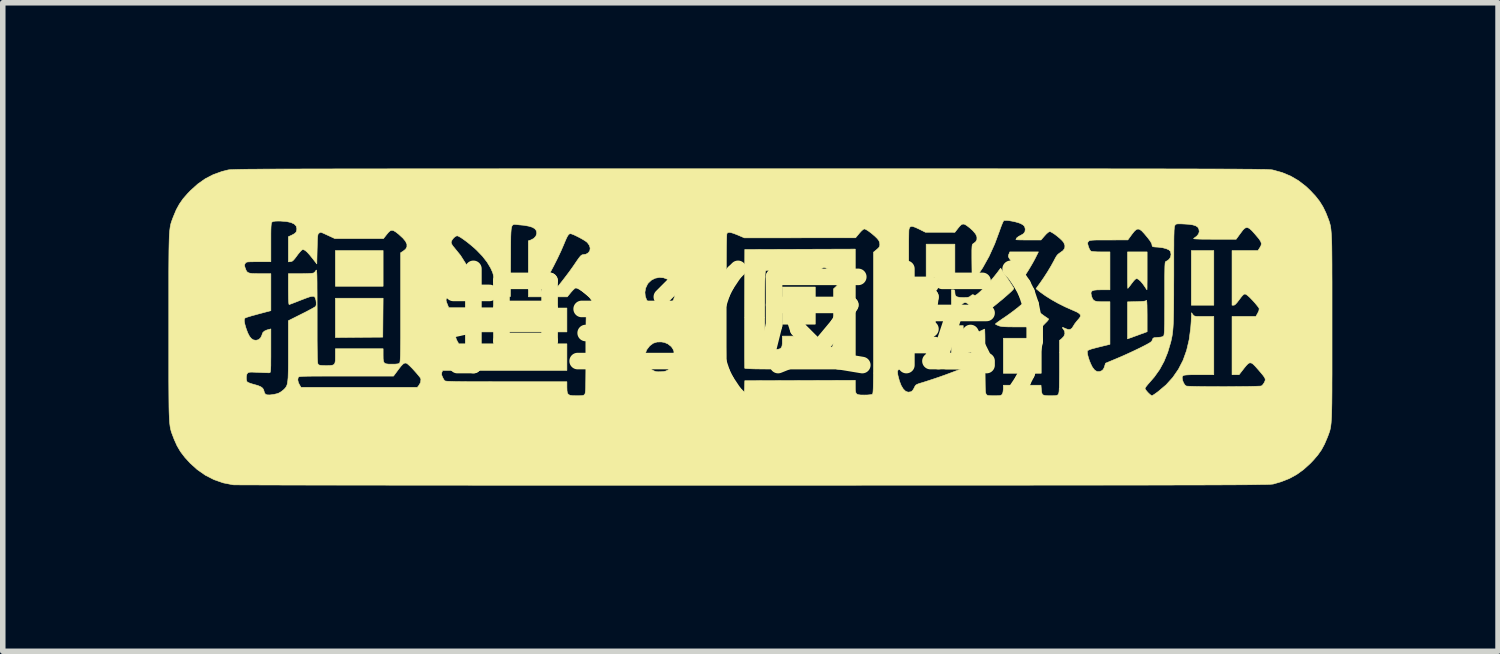
<source format=kicad_pcb>
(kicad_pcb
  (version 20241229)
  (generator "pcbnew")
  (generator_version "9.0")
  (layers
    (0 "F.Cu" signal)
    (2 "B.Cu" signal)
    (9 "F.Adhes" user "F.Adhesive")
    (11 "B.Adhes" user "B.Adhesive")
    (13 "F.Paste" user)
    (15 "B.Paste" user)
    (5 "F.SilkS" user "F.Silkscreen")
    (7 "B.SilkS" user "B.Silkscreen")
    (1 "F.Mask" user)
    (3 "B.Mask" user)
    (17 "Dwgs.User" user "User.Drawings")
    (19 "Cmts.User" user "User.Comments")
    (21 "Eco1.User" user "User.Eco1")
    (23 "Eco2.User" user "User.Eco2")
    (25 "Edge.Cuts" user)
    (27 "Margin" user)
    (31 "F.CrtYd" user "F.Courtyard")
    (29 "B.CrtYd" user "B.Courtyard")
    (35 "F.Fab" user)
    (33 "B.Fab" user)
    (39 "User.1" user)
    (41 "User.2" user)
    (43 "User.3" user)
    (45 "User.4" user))
  (footprint "担当(反転)"
    (layer "F.Cu")
    (at 10.527 2.869)
    (property "Reference" "担当(反転)" (at 0 0 0) (layer "F.SilkS") (effects (font (size 1.524 1.524) (thickness 0.3))))
    (attr through_hole)
    (fp_poly (pts (xy -6.642 -0.737) (xy -7.506 -0.737) (xy -7.506 -1.384) (xy -6.642 -1.384) (xy -6.642 -0.737)) (stroke (width 0.01) (type solid)) (fill yes) (layer "F.SilkS"))
    (fp_poly (pts (xy 1.181 -0.051) (xy 0.584 -0.051) (xy 0.584 -0.724) (xy 1.181 -0.724) (xy 1.181 -0.051)) (stroke (width 0.01) (type solid)) (fill yes) (layer "F.SilkS"))
    (fp_poly (pts (xy 3.708 -0.889) (xy 3.188 -0.889) (xy 3.188 -1.499) (xy 3.708 -1.499) (xy 3.708 -0.889)) (stroke (width 0.01) (type solid)) (fill yes) (layer "F.SilkS"))
    (fp_poly (pts (xy 5.271 0.838) (xy 4.585 0.838) (xy 4.585 0.203) (xy 5.271 0.203) (xy 5.271 0.838)) (stroke (width 0.01) (type solid)) (fill yes) (layer "F.SilkS"))
    (fp_poly (pts (xy 8.395 -0.394) (xy 7.988 -0.394) (xy 7.988 -1.384) (xy 8.395 -1.384) (xy 8.395 -0.394)) (stroke (width 0.01) (type solid)) (fill yes) (layer "F.SilkS"))
    (fp_poly (pts (xy -6.645 -0.168) (xy -6.648 0.184) (xy -7.077 0.187) (xy -7.506 0.191) (xy -7.506 -0.521) (xy -6.642 -0.521) (xy -6.645 -0.168)) (stroke (width 0.01) (type solid)) (fill yes) (layer "F.SilkS"))
    (fp_poly (pts (xy 7.18 -0.477) (xy 7.183 -0.447) (xy 7.186 -0.394) (xy 7.187 -0.317) (xy 7.188 -0.218) (xy 7.188 -0.208) (xy 7.188 0.086) (xy 7.153 0.099) (xy 7.128 0.109) (xy 7.084 0.124) (xy 7.03 0.144) (xy 6.975 0.164) (xy 6.833 0.215) (xy 6.833 -0.455) (xy 6.998 -0.459) (xy 7.07 -0.462) (xy 7.12 -0.465) (xy 7.152 -0.47) (xy 7.17 -0.477) (xy 7.176 -0.483) (xy 7.18 -0.477)) (stroke (width 0.01) (type solid)) (fill yes) (layer "F.SilkS"))
    (fp_poly (pts (xy 5.161 -1.241) (xy 5.137 -1.196) (xy 5.108 -1.144) (xy 5.075 -1.088) (xy 5.042 -1.033) (xy 5.011 -0.984) (xy 4.985 -0.945) (xy 4.967 -0.921) (xy 4.96 -0.914) (xy 4.95 -0.923) (xy 4.928 -0.946) (xy 4.898 -0.978) (xy 4.898 -0.979) (xy 4.862 -1.02) (xy 4.82 -1.071) (xy 4.776 -1.128) (xy 4.735 -1.182) (xy 4.702 -1.228) (xy 4.686 -1.253) (xy 4.676 -1.277) (xy 4.68 -1.304) (xy 4.686 -1.319) (xy 4.702 -1.359) (xy 5.22 -1.359) (xy 5.161 -1.241)) (stroke (width 0.01) (type solid)) (fill yes) (layer "F.SilkS"))
    (fp_poly (pts (xy 7.188 -1.016) (xy 7.188 -0.926) (xy 7.188 -0.844) (xy 7.187 -0.775) (xy 7.187 -0.721) (xy 7.186 -0.686) (xy 7.185 -0.673) (xy 7.185 -0.673) (xy 7.177 -0.683) (xy 7.16 -0.708) (xy 7.148 -0.727) (xy 7.109 -0.782) (xy 7.07 -0.828) (xy 7.034 -0.86) (xy 7.005 -0.876) (xy 6.999 -0.876) (xy 6.977 -0.867) (xy 6.947 -0.837) (xy 6.908 -0.787) (xy 6.878 -0.747) (xy 6.854 -0.717) (xy 6.84 -0.7) (xy 6.838 -0.699) (xy 6.837 -0.711) (xy 6.835 -0.745) (xy 6.834 -0.798) (xy 6.833 -0.866) (xy 6.833 -0.947) (xy 6.833 -1.029) (xy 6.833 -1.359) (xy 7.188 -1.359) (xy 7.188 -1.016)) (stroke (width 0.01) (type solid)) (fill yes) (layer "F.SilkS"))
    (fp_poly (pts (xy 5.096 -0.38) (xy 5.151 -0.333) (xy 5.214 -0.283) (xy 5.277 -0.235) (xy 5.335 -0.193) (xy 5.382 -0.161) (xy 5.397 -0.152) (xy 5.404 -0.143) (xy 5.398 -0.127) (xy 5.377 -0.101) (xy 5.347 -0.071) (xy 5.278 0) (xy 4.915 -0.001) (xy 4.807 -0.001) (xy 4.721 -0.002) (xy 4.654 -0.003) (xy 4.603 -0.005) (xy 4.565 -0.008) (xy 4.536 -0.013) (xy 4.514 -0.018) (xy 4.498 -0.024) (xy 4.465 -0.038) (xy 4.444 -0.05) (xy 4.441 -0.054) (xy 4.45 -0.063) (xy 4.477 -0.084) (xy 4.518 -0.113) (xy 4.568 -0.148) (xy 4.591 -0.163) (xy 4.661 -0.211) (xy 4.737 -0.266) (xy 4.809 -0.321) (xy 4.867 -0.367) (xy 4.99 -0.471) (xy 5.096 -0.38)) (stroke (width 0.01) (type solid)) (fill yes) (layer "F.SilkS"))
    (fp_poly (pts (xy 4.656 -0.887) (xy 4.695 -0.827) (xy 4.729 -0.774) (xy 4.755 -0.733) (xy 4.771 -0.706) (xy 4.775 -0.697) (xy 4.766 -0.682) (xy 4.739 -0.653) (xy 4.697 -0.614) (xy 4.645 -0.568) (xy 4.584 -0.515) (xy 4.517 -0.46) (xy 4.449 -0.404) (xy 4.38 -0.35) (xy 4.316 -0.3) (xy 4.258 -0.257) (xy 4.209 -0.224) (xy 4.178 -0.204) (xy 4.132 -0.179) (xy 4.066 -0.27) (xy 4.011 -0.345) (xy 3.967 -0.398) (xy 3.93 -0.431) (xy 3.897 -0.443) (xy 3.866 -0.435) (xy 3.834 -0.408) (xy 3.797 -0.362) (xy 3.765 -0.314) (xy 3.737 -0.274) (xy 3.716 -0.252) (xy 3.695 -0.242) (xy 3.681 -0.241) (xy 3.645 -0.241) (xy 3.645 -0.673) (xy 3.677 -0.673) (xy 3.697 -0.67) (xy 3.706 -0.657) (xy 3.708 -0.625) (xy 3.708 -0.624) (xy 3.712 -0.585) (xy 3.727 -0.559) (xy 3.756 -0.543) (xy 3.803 -0.535) (xy 3.859 -0.533) (xy 3.913 -0.534) (xy 3.947 -0.538) (xy 3.97 -0.545) (xy 3.988 -0.558) (xy 3.994 -0.563) (xy 4.022 -0.584) (xy 4.041 -0.583) (xy 4.066 -0.573) (xy 4.073 -0.572) (xy 4.094 -0.581) (xy 4.127 -0.606) (xy 4.171 -0.645) (xy 4.221 -0.695) (xy 4.277 -0.751) (xy 4.333 -0.812) (xy 4.388 -0.874) (xy 4.437 -0.934) (xy 4.47 -0.976) (xy 4.536 -1.065) (xy 4.656 -0.887)) (stroke (width 0.01) (type solid)) (fill yes) (layer "F.SilkS"))
    (fp_poly (pts (xy 1.905 0.762) (xy 0.908 0.762) (xy 0.718 0.762) (xy 0.551 0.762) (xy 0.408 0.761) (xy 0.286 0.761) (xy 0.183 0.76) (xy 0.099 0.759) (xy 0.032 0.757) (xy -0.019 0.755) (xy -0.056 0.753) (xy -0.08 0.751) (xy -0.093 0.748) (xy -0.096 0.746) (xy -0.097 0.731) (xy -0.097 0.693) (xy -0.098 0.633) (xy -0.099 0.553) (xy -0.099 0.456) (xy -0.099 0.342) (xy -0.099 0.215) (xy -0.099 0.075) (xy -0.099 -0.075) (xy -0.099 -0.233) (xy -0.099 -0.319) (xy 0.267 -0.319) (xy 0.267 -0.169) (xy 0.267 -0.043) (xy 0.267 0.062) (xy 0.268 0.148) (xy 0.269 0.216) (xy 0.271 0.27) (xy 0.272 0.31) (xy 0.275 0.339) (xy 0.278 0.36) (xy 0.282 0.373) (xy 0.286 0.381) (xy 0.288 0.383) (xy 0.303 0.395) (xy 0.325 0.402) (xy 0.362 0.405) (xy 0.418 0.406) (xy 0.421 0.406) (xy 0.478 0.406) (xy 0.515 0.402) (xy 0.539 0.395) (xy 0.556 0.384) (xy 0.559 0.381) (xy 0.572 0.363) (xy 0.58 0.337) (xy 0.584 0.298) (xy 0.584 0.26) (xy 0.584 0.165) (xy 1.178 0.165) (xy 1.183 0.254) (xy 1.188 0.301) (xy 1.196 0.338) (xy 1.204 0.358) (xy 1.204 0.359) (xy 1.227 0.367) (xy 1.273 0.373) (xy 1.343 0.375) (xy 1.348 0.375) (xy 1.407 0.374) (xy 1.447 0.372) (xy 1.471 0.367) (xy 1.486 0.358) (xy 1.493 0.35) (xy 1.498 0.34) (xy 1.502 0.322) (xy 1.505 0.293) (xy 1.507 0.252) (xy 1.509 0.197) (xy 1.51 0.124) (xy 1.511 0.033) (xy 1.511 -0.081) (xy 1.511 -0.183) (xy 1.511 -0.69) (xy 1.556 -0.731) (xy 1.589 -0.77) (xy 1.602 -0.811) (xy 1.594 -0.855) (xy 1.565 -0.904) (xy 1.514 -0.959) (xy 1.441 -1.021) (xy 1.409 -1.045) (xy 1.369 -1.07) (xy 1.337 -1.078) (xy 1.307 -1.065) (xy 1.273 -1.032) (xy 1.255 -1.01) (xy 1.2 -0.94) (xy 0.881 -0.94) (xy 0.561 -0.94) (xy 0.457 -0.984) (xy 0.392 -1.01) (xy 0.344 -1.024) (xy 0.311 -1.027) (xy 0.288 -1.019) (xy 0.282 -1.013) (xy 0.278 -1.003) (xy 0.275 -0.98) (xy 0.273 -0.941) (xy 0.271 -0.886) (xy 0.269 -0.813) (xy 0.268 -0.721) (xy 0.267 -0.608) (xy 0.267 -0.472) (xy 0.267 -0.319) (xy -0.099 -0.319) (xy -0.099 -0.337) (xy -0.095 -1.403) (xy 1.905 -1.41) (xy 1.905 0.762)) (stroke (width 0.01) (type solid)) (fill yes) (layer "F.SilkS"))
    (fp_poly (pts (xy 0.592 -2.864) (xy 1.153 -2.864) (xy 1.69 -2.864) (xy 2.203 -2.864) (xy 2.693 -2.864) (xy 3.16 -2.864) (xy 3.605 -2.864) (xy 4.028 -2.864) (xy 4.43 -2.864) (xy 4.812 -2.863) (xy 5.174 -2.863) (xy 5.516 -2.863) (xy 5.84 -2.863) (xy 6.145 -2.863) (xy 6.432 -2.863) (xy 6.702 -2.862) (xy 6.955 -2.862) (xy 7.193 -2.862) (xy 7.414 -2.862) (xy 7.621 -2.861) (xy 7.813 -2.861) (xy 7.991 -2.861) (xy 8.155 -2.86) (xy 8.307 -2.86) (xy 8.446 -2.859) (xy 8.573 -2.859) (xy 8.689 -2.858) (xy 8.795 -2.858) (xy 8.89 -2.857) (xy 8.975 -2.856) (xy 9.052 -2.856) (xy 9.12 -2.855) (xy 9.18 -2.854) (xy 9.232 -2.853) (xy 9.277 -2.852) (xy 9.316 -2.852) (xy 9.349 -2.851) (xy 9.377 -2.85) (xy 9.4 -2.848) (xy 9.419 -2.847) (xy 9.434 -2.846) (xy 9.446 -2.845) (xy 9.456 -2.844) (xy 9.463 -2.842) (xy 9.464 -2.842) (xy 9.634 -2.795) (xy 9.787 -2.731) (xy 9.927 -2.649) (xy 10.061 -2.546) (xy 10.141 -2.47) (xy 10.235 -2.37) (xy 10.31 -2.274) (xy 10.371 -2.176) (xy 10.423 -2.069) (xy 10.448 -2.006) (xy 10.46 -1.975) (xy 10.471 -1.946) (xy 10.481 -1.92) (xy 10.489 -1.894) (xy 10.497 -1.867) (xy 10.504 -1.838) (xy 10.51 -1.806) (xy 10.515 -1.768) (xy 10.519 -1.724) (xy 10.523 -1.673) (xy 10.526 -1.612) (xy 10.529 -1.54) (xy 10.531 -1.457) (xy 10.532 -1.361) (xy 10.533 -1.25) (xy 10.534 -1.123) (xy 10.534 -0.978) (xy 10.535 -0.815) (xy 10.535 -0.632) (xy 10.535 -0.427) (xy 10.535 -0.199) (xy 10.535 0) (xy 10.535 0.247) (xy 10.535 0.47) (xy 10.535 0.671) (xy 10.535 0.85) (xy 10.534 1.009) (xy 10.534 1.15) (xy 10.533 1.274) (xy 10.532 1.382) (xy 10.53 1.475) (xy 10.528 1.556) (xy 10.526 1.625) (xy 10.522 1.684) (xy 10.519 1.734) (xy 10.514 1.776) (xy 10.509 1.813) (xy 10.503 1.844) (xy 10.496 1.873) (xy 10.488 1.899) (xy 10.479 1.925) (xy 10.469 1.952) (xy 10.458 1.981) (xy 10.448 2.006) (xy 10.399 2.121) (xy 10.344 2.223) (xy 10.276 2.32) (xy 10.193 2.416) (xy 10.141 2.47) (xy 10.019 2.581) (xy 9.894 2.671) (xy 9.76 2.744) (xy 9.612 2.802) (xy 9.478 2.841) (xy 9.471 2.843) (xy 9.463 2.844) (xy 9.452 2.845) (xy 9.437 2.846) (xy 9.419 2.848) (xy 9.397 2.849) (xy 9.369 2.85) (xy 9.337 2.851) (xy 9.298 2.852) (xy 9.253 2.852) (xy 9.201 2.853) (xy 9.141 2.854) (xy 9.074 2.855) (xy 8.997 2.856) (xy 8.912 2.856) (xy 8.816 2.857) (xy 8.711 2.858) (xy 8.595 2.858) (xy 8.467 2.859) (xy 8.327 2.859) (xy 8.175 2.86) (xy 8.01 2.86) (xy 7.832 2.86) (xy 7.639 2.861) (xy 7.432 2.861) (xy 7.21 2.862) (xy 6.972 2.862) (xy 6.718 2.862) (xy 6.447 2.862) (xy 6.158 2.863) (xy 5.852 2.863) (xy 5.528 2.863) (xy 5.184 2.863) (xy 4.821 2.864) (xy 4.438 2.864) (xy 4.035 2.864) (xy 3.61 2.864) (xy 3.164 2.864) (xy 2.695 2.864) (xy 2.204 2.864) (xy 1.689 2.865) (xy 1.151 2.865) (xy 0.588 2.865) (xy 0.057 2.865) (xy -0.429 2.865) (xy -0.91 2.865) (xy -1.384 2.865) (xy -1.85 2.865) (xy -2.309 2.865) (xy -2.759 2.865) (xy -3.199 2.865) (xy -3.63 2.865) (xy -4.05 2.865) (xy -4.459 2.865) (xy -4.857 2.865) (xy -5.241 2.864) (xy -5.613 2.864) (xy -5.971 2.864) (xy -6.315 2.864) (xy -6.644 2.863) (xy -6.957 2.863) (xy -7.255 2.863) (xy -7.535 2.862) (xy -7.798 2.862) (xy -8.042 2.862) (xy -8.268 2.861) (xy -8.474 2.861) (xy -8.661 2.86) (xy -8.827 2.86) (xy -8.971 2.859) (xy -9.094 2.859) (xy -9.194 2.859) (xy -9.27 2.858) (xy -9.323 2.858) (xy -9.352 2.857) (xy -9.356 2.857) (xy -9.535 2.822) (xy -9.702 2.764) (xy -9.859 2.684) (xy -10.007 2.581) (xy -10.135 2.465) (xy -10.231 2.36) (xy -10.309 2.258) (xy -10.372 2.151) (xy -10.425 2.033) (xy -10.435 2.006) (xy -10.447 1.975) (xy -10.458 1.946) (xy -10.468 1.92) (xy -10.477 1.894) (xy -10.484 1.867) (xy -10.491 1.838) (xy -10.497 1.806) (xy -10.502 1.768) (xy -10.507 1.724) (xy -10.51 1.673) (xy -10.513 1.612) (xy -10.516 1.54) (xy -10.518 1.457) (xy -10.519 1.361) (xy -10.52 1.25) (xy -10.521 1.123) (xy -10.522 0.978) (xy -10.522 0.815) (xy -10.522 0.632) (xy -10.522 0.427) (xy -10.522 0.199) (xy -10.522 0) (xy -10.522 -0.103) (xy -9.155 -0.103) (xy -9.144 -0.048) (xy -9.124 0.021) (xy -9.093 0.106) (xy -9.061 0.168) (xy -9.027 0.21) (xy -8.989 0.234) (xy -8.945 0.241) (xy -8.944 0.241) (xy -8.897 0.23) (xy -8.86 0.197) (xy -8.836 0.149) (xy -8.832 0.134) (xy -8.819 0.101) (xy -8.791 0.075) (xy -8.745 0.054) (xy -8.703 0.043) (xy -8.674 0.035) (xy -8.674 0.429) (xy -8.674 0.54) (xy -8.675 0.629) (xy -8.675 0.697) (xy -8.677 0.747) (xy -8.679 0.783) (xy -8.682 0.806) (xy -8.686 0.82) (xy -8.691 0.826) (xy -8.695 0.828) (xy -8.715 0.829) (xy -8.755 0.828) (xy -8.81 0.826) (xy -8.874 0.823) (xy -8.894 0.822) (xy -8.966 0.819) (xy -9.017 0.817) (xy -9.052 0.818) (xy -9.074 0.822) (xy -9.089 0.829) (xy -9.095 0.834) (xy -9.111 0.861) (xy -9.118 0.902) (xy -9.118 0.947) (xy -9.109 0.984) (xy -9.103 0.993) (xy -9.084 1.005) (xy -9.047 1.02) (xy -8.998 1.035) (xy -8.979 1.04) (xy -8.906 1.061) (xy -8.855 1.083) (xy -8.822 1.108) (xy -8.804 1.138) (xy -8.8 1.154) (xy -8.788 1.194) (xy -8.77 1.218) (xy -8.741 1.229) (xy -8.694 1.23) (xy -8.672 1.228) (xy -8.617 1.22) (xy -8.564 1.208) (xy -8.532 1.197) (xy -8.487 1.171) (xy -8.445 1.138) (xy -8.437 1.13) (xy -8.418 1.111) (xy -8.403 1.092) (xy -8.39 1.07) (xy -8.38 1.044) (xy -8.373 1.012) (xy -8.367 0.969) (xy -8.366 0.956) (xy -8.187 0.956) (xy -8.175 1.008) (xy -8.153 1.051) (xy -8.128 1.092) (xy -6.022 1.092) (xy -5.995 1.058) (xy -5.964 1.004) (xy -5.958 0.949) (xy -5.961 0.935) (xy -5.972 0.915) (xy -5.998 0.882) (xy -6.029 0.845) (xy -5.585 0.845) (xy -5.58 0.874) (xy -5.568 0.903) (xy -5.55 0.94) (xy -5.532 0.967) (xy -5.527 0.973) (xy -5.52 0.976) (xy -5.506 0.979) (xy -5.482 0.982) (xy -5.447 0.984) (xy -5.4 0.985) (xy -5.339 0.987) (xy -5.263 0.988) (xy -5.17 0.989) (xy -5.059 0.99) (xy -4.928 0.99) (xy -4.777 0.99) (xy -4.602 0.991) (xy -4.412 0.991) (xy -3.315 0.991) (xy -3.315 1.092) (xy -3.313 1.153) (xy -3.306 1.195) (xy -3.289 1.221) (xy -3.259 1.236) (xy -3.212 1.243) (xy -3.143 1.245) (xy -3.138 1.245) (xy -3.079 1.244) (xy -3.041 1.242) (xy -3.017 1.237) (xy -3.002 1.229) (xy -2.992 1.216) (xy -2.987 1.208) (xy -2.984 1.195) (xy -2.981 1.174) (xy -2.978 1.145) (xy -2.976 1.104) (xy -2.975 1.051) (xy -2.974 0.983) (xy -2.973 0.898) (xy -2.972 0.795) (xy -2.972 0.671) (xy -2.972 0.559) (xy -1.904 0.559) (xy -1.89 0.632) (xy -1.857 0.699) (xy -1.805 0.755) (xy -1.773 0.776) (xy -1.736 0.796) (xy -1.704 0.807) (xy -1.667 0.811) (xy -1.617 0.81) (xy -1.564 0.806) (xy -1.526 0.798) (xy -1.493 0.782) (xy -1.472 0.768) (xy -1.416 0.715) (xy -1.378 0.649) (xy -1.359 0.576) (xy -1.358 0.501) (xy -1.377 0.429) (xy -1.417 0.366) (xy -1.43 0.351) (xy -1.486 0.307) (xy -1.549 0.28) (xy -1.606 0.27) (xy -1.684 0.272) (xy -1.752 0.294) (xy -1.814 0.34) (xy -1.821 0.348) (xy -1.87 0.412) (xy -1.897 0.484) (xy -1.904 0.559) (xy -2.972 0.559) (xy -2.972 0.525) (xy -2.972 0.442) (xy -2.972 0.287) (xy -2.971 0.146) (xy -2.97 0.022) (xy -2.969 -0.084) (xy -2.967 -0.171) (xy -2.965 -0.238) (xy -2.965 -0.24) (xy -0.432 -0.24) (xy -0.432 -0.018) (xy -0.432 0.179) (xy -0.432 0.354) (xy -0.431 0.508) (xy -0.431 0.642) (xy -0.43 0.758) (xy -0.43 0.856) (xy -0.429 0.939) (xy -0.428 1.008) (xy -0.427 1.064) (xy -0.425 1.108) (xy -0.423 1.142) (xy -0.421 1.167) (xy -0.419 1.185) (xy -0.416 1.197) (xy -0.413 1.205) (xy -0.411 1.209) (xy -0.397 1.22) (xy -0.375 1.227) (xy -0.341 1.23) (xy -0.289 1.232) (xy -0.267 1.232) (xy -0.198 1.23) (xy -0.15 1.225) (xy -0.124 1.216) (xy -0.123 1.216) (xy -0.112 1.202) (xy -0.105 1.176) (xy -0.101 1.133) (xy -0.099 1.086) (xy -0.095 0.972) (xy 1.905 0.965) (xy 1.905 1.075) (xy 1.906 1.14) (xy 1.913 1.184) (xy 1.928 1.211) (xy 1.957 1.225) (xy 2.003 1.231) (xy 2.067 1.232) (xy 2.122 1.231) (xy 2.169 1.227) (xy 2.202 1.222) (xy 2.211 1.219) (xy 2.215 1.216) (xy 2.218 1.212) (xy 2.221 1.204) (xy 2.224 1.191) (xy 2.226 1.173) (xy 2.228 1.146) (xy 2.23 1.111) (xy 2.231 1.065) (xy 2.232 1.007) (xy 2.233 0.935) (xy 2.234 0.848) (xy 2.234 0.802) (xy 2.67 0.802) (xy 2.67 0.834) (xy 2.678 0.879) (xy 2.705 0.98) (xy 2.737 1.062) (xy 2.775 1.124) (xy 2.817 1.164) (xy 2.862 1.18) (xy 2.91 1.173) (xy 2.923 1.167) (xy 2.944 1.148) (xy 2.965 1.114) (xy 2.973 1.098) (xy 2.986 1.072) (xy 3 1.053) (xy 3.02 1.04) (xy 3.052 1.027) (xy 3.103 1.011) (xy 3.109 1.01) (xy 3.206 0.979) (xy 3.31 0.945) (xy 3.42 0.908) (xy 3.53 0.869) (xy 3.64 0.828) (xy 3.746 0.788) (xy 3.846 0.75) (xy 3.936 0.713) (xy 4.015 0.68) (xy 4.078 0.651) (xy 4.125 0.628) (xy 4.151 0.611) (xy 4.155 0.606) (xy 4.162 0.575) (xy 4.16 0.531) (xy 4.151 0.485) (xy 4.139 0.456) (xy 4.117 0.436) (xy 4.1 0.432) (xy 4.078 0.436) (xy 4.033 0.447) (xy 3.969 0.464) (xy 3.886 0.488) (xy 3.787 0.517) (xy 3.675 0.551) (xy 3.667 0.554) (xy 3.66 0.554) (xy 3.655 0.55) (xy 3.651 0.536) (xy 3.648 0.512) (xy 3.646 0.472) (xy 3.645 0.416) (xy 3.645 0.339) (xy 3.645 0.268) (xy 3.645 -0.025) (xy 3.859 -0.025) (xy 3.858 0.01) (xy 3.866 0.047) (xy 3.885 0.09) (xy 3.911 0.128) (xy 3.938 0.153) (xy 3.938 0.153) (xy 3.963 0.156) (xy 4.004 0.147) (xy 4.063 0.125) (xy 4.14 0.089) (xy 4.165 0.076) (xy 4.205 0.057) (xy 4.234 0.043) (xy 4.248 0.038) (xy 4.249 0.05) (xy 4.25 0.086) (xy 4.252 0.141) (xy 4.253 0.214) (xy 4.253 0.303) (xy 4.254 0.404) (xy 4.254 0.516) (xy 4.255 0.613) (xy 4.255 0.751) (xy 4.255 0.866) (xy 4.256 0.96) (xy 4.257 1.035) (xy 4.258 1.094) (xy 4.26 1.138) (xy 4.262 1.17) (xy 4.266 1.193) (xy 4.27 1.207) (xy 4.274 1.216) (xy 4.285 1.229) (xy 4.3 1.238) (xy 4.325 1.242) (xy 4.364 1.244) (xy 4.42 1.245) (xy 4.478 1.244) (xy 4.516 1.242) (xy 4.54 1.237) (xy 4.554 1.229) (xy 4.565 1.216) (xy 4.578 1.183) (xy 4.584 1.135) (xy 4.585 1.121) (xy 4.585 1.054) (xy 5.267 1.054) (xy 5.273 1.129) (xy 5.278 1.178) (xy 5.287 1.21) (xy 5.305 1.23) (xy 5.337 1.24) (xy 5.386 1.244) (xy 5.436 1.245) (xy 5.494 1.244) (xy 5.532 1.242) (xy 5.556 1.237) (xy 5.571 1.229) (xy 5.581 1.216) (xy 5.586 1.206) (xy 5.59 1.19) (xy 5.594 1.166) (xy 5.596 1.13) (xy 5.597 1.113) (xy 7.15 1.113) (xy 7.159 1.132) (xy 7.18 1.161) (xy 7.209 1.193) (xy 7.239 1.221) (xy 7.264 1.24) (xy 7.275 1.245) (xy 7.29 1.237) (xy 7.32 1.218) (xy 7.361 1.189) (xy 7.389 1.168) (xy 7.531 1.048) (xy 7.653 0.913) (xy 7.755 0.765) (xy 7.839 0.602) (xy 7.903 0.423) (xy 7.949 0.227) (xy 7.977 0.014) (xy 7.985 -0.094) (xy 7.992 -0.258) (xy 8.017 -0.224) (xy 8.027 -0.211) (xy 8.038 -0.202) (xy 8.055 -0.196) (xy 8.082 -0.192) (xy 8.123 -0.191) (xy 8.184 -0.191) (xy 8.218 -0.191) (xy 8.395 -0.191) (xy 8.395 0.864) (xy 8.124 0.864) (xy 8.029 0.864) (xy 7.957 0.865) (xy 7.903 0.868) (xy 7.866 0.872) (xy 7.843 0.879) (xy 7.83 0.89) (xy 7.824 0.904) (xy 7.823 0.923) (xy 7.823 0.923) (xy 7.83 0.966) (xy 7.847 1.01) (xy 7.87 1.047) (xy 7.895 1.068) (xy 7.896 1.068) (xy 7.915 1.071) (xy 7.957 1.073) (xy 8.019 1.075) (xy 8.096 1.077) (xy 8.187 1.078) (xy 8.289 1.079) (xy 8.397 1.079) (xy 8.511 1.08) (xy 8.626 1.08) (xy 8.74 1.079) (xy 8.85 1.078) (xy 8.953 1.077) (xy 9.046 1.076) (xy 9.125 1.074) (xy 9.189 1.072) (xy 9.234 1.07) (xy 9.257 1.067) (xy 9.259 1.066) (xy 9.28 1.047) (xy 9.303 1.015) (xy 9.309 1.003) (xy 9.321 0.979) (xy 9.326 0.958) (xy 9.324 0.937) (xy 9.312 0.912) (xy 9.289 0.879) (xy 9.253 0.835) (xy 9.202 0.775) (xy 9.199 0.772) (xy 9.146 0.712) (xy 9.106 0.672) (xy 9.073 0.651) (xy 9.044 0.649) (xy 9.015 0.665) (xy 8.981 0.7) (xy 8.938 0.753) (xy 8.936 0.756) (xy 8.852 0.864) (xy 8.725 0.864) (xy 8.725 -0.191) (xy 9.156 -0.191) (xy 9.189 -0.248) (xy 9.211 -0.295) (xy 9.216 -0.33) (xy 9.216 -0.334) (xy 9.205 -0.354) (xy 9.179 -0.387) (xy 9.144 -0.43) (xy 9.102 -0.477) (xy 9.099 -0.48) (xy 9.046 -0.535) (xy 9.006 -0.571) (xy 8.977 -0.591) (xy 8.959 -0.597) (xy 8.941 -0.592) (xy 8.918 -0.573) (xy 8.889 -0.539) (xy 8.856 -0.495) (xy 8.817 -0.444) (xy 8.788 -0.412) (xy 8.766 -0.396) (xy 8.754 -0.394) (xy 8.725 -0.394) (xy 8.725 -1.384) (xy 9.194 -1.384) (xy 9.226 -1.432) (xy 9.249 -1.473) (xy 9.256 -1.509) (xy 9.245 -1.546) (xy 9.216 -1.591) (xy 9.199 -1.612) (xy 9.136 -1.686) (xy 9.086 -1.742) (xy 9.045 -1.779) (xy 9.012 -1.798) (xy 8.982 -1.8) (xy 8.954 -1.786) (xy 8.924 -1.757) (xy 8.89 -1.712) (xy 8.877 -1.695) (xy 8.799 -1.588) (xy 8.403 -1.588) (xy 8.29 -1.589) (xy 8.199 -1.589) (xy 8.13 -1.591) (xy 8.081 -1.593) (xy 8.049 -1.595) (xy 8.032 -1.598) (xy 8.029 -1.602) (xy 8.032 -1.604) (xy 8.085 -1.643) (xy 8.117 -1.681) (xy 8.13 -1.72) (xy 8.131 -1.731) (xy 8.124 -1.774) (xy 8.105 -1.807) (xy 8.069 -1.831) (xy 8.015 -1.848) (xy 7.94 -1.859) (xy 7.86 -1.864) (xy 7.797 -1.867) (xy 7.754 -1.867) (xy 7.727 -1.865) (xy 7.71 -1.86) (xy 7.699 -1.85) (xy 7.692 -1.84) (xy 7.688 -1.833) (xy 7.684 -1.821) (xy 7.681 -1.804) (xy 7.679 -1.779) (xy 7.676 -1.745) (xy 7.675 -1.699) (xy 7.673 -1.641) (xy 7.672 -1.568) (xy 7.672 -1.478) (xy 7.671 -1.37) (xy 7.671 -1.242) (xy 7.671 -1.092) (xy 7.671 -0.94) (xy 7.67 -0.754) (xy 7.67 -0.591) (xy 7.669 -0.449) (xy 7.668 -0.327) (xy 7.666 -0.221) (xy 7.664 -0.131) (xy 7.661 -0.054) (xy 7.657 0.013) (xy 7.652 0.07) (xy 7.646 0.121) (xy 7.639 0.167) (xy 7.63 0.21) (xy 7.621 0.253) (xy 7.614 0.28) (xy 7.56 0.461) (xy 7.494 0.623) (xy 7.414 0.77) (xy 7.317 0.906) (xy 7.239 0.996) (xy 7.202 1.038) (xy 7.172 1.075) (xy 7.154 1.102) (xy 7.15 1.113) (xy 5.597 1.113) (xy 5.598 1.082) (xy 5.599 1.018) (xy 5.6 0.935) (xy 5.601 0.832) (xy 5.601 0.716) (xy 5.601 0.459) (xy 6.105 0.459) (xy 6.111 0.501) (xy 6.125 0.554) (xy 6.144 0.611) (xy 6.167 0.667) (xy 6.191 0.716) (xy 6.2 0.732) (xy 6.239 0.781) (xy 6.28 0.806) (xy 6.324 0.808) (xy 6.363 0.794) (xy 6.392 0.77) (xy 6.412 0.731) (xy 6.417 0.715) (xy 6.435 0.656) (xy 6.643 0.569) (xy 6.73 0.532) (xy 6.83 0.487) (xy 6.932 0.44) (xy 7.026 0.395) (xy 7.061 0.378) (xy 7.136 0.34) (xy 7.191 0.311) (xy 7.23 0.289) (xy 7.255 0.272) (xy 7.271 0.257) (xy 7.279 0.242) (xy 7.283 0.233) (xy 7.29 0.212) (xy 7.301 0.2) (xy 7.321 0.193) (xy 7.358 0.19) (xy 7.382 0.188) (xy 7.434 0.183) (xy 7.466 0.176) (xy 7.485 0.163) (xy 7.488 0.159) (xy 7.492 0.15) (xy 7.495 0.132) (xy 7.498 0.105) (xy 7.501 0.066) (xy 7.502 0.013) (xy 7.504 -0.056) (xy 7.505 -0.142) (xy 7.505 -0.248) (xy 7.506 -0.376) (xy 7.506 -0.522) (xy 7.506 -0.668) (xy 7.506 -0.791) (xy 7.506 -0.892) (xy 7.507 -0.975) (xy 7.508 -1.04) (xy 7.509 -1.089) (xy 7.511 -1.126) (xy 7.513 -1.152) (xy 7.516 -1.169) (xy 7.52 -1.179) (xy 7.524 -1.185) (xy 7.53 -1.187) (xy 7.555 -1.201) (xy 7.585 -1.224) (xy 7.587 -1.225) (xy 7.612 -1.265) (xy 7.621 -1.314) (xy 7.612 -1.362) (xy 7.608 -1.371) (xy 7.582 -1.396) (xy 7.535 -1.417) (xy 7.471 -1.434) (xy 7.395 -1.444) (xy 7.382 -1.445) (xy 7.331 -1.448) (xy 7.3 -1.452) (xy 7.284 -1.459) (xy 7.278 -1.47) (xy 7.277 -1.485) (xy 7.268 -1.515) (xy 7.242 -1.559) (xy 7.197 -1.618) (xy 7.191 -1.625) (xy 7.135 -1.692) (xy 7.091 -1.739) (xy 7.054 -1.766) (xy 7.022 -1.774) (xy 6.991 -1.763) (xy 6.958 -1.734) (xy 6.921 -1.688) (xy 6.908 -1.671) (xy 6.839 -1.576) (xy 6.495 -1.575) (xy 6.392 -1.575) (xy 6.312 -1.575) (xy 6.251 -1.574) (xy 6.207 -1.572) (xy 6.176 -1.569) (xy 6.155 -1.566) (xy 6.141 -1.561) (xy 6.132 -1.554) (xy 6.127 -1.549) (xy 6.115 -1.533) (xy 6.111 -1.517) (xy 6.115 -1.492) (xy 6.126 -1.454) (xy 6.142 -1.414) (xy 6.16 -1.383) (xy 6.172 -1.372) (xy 6.193 -1.367) (xy 6.235 -1.363) (xy 6.289 -1.36) (xy 6.352 -1.359) (xy 6.356 -1.359) (xy 6.515 -1.359) (xy 6.515 -0.673) (xy 6.364 -0.673) (xy 6.285 -0.672) (xy 6.229 -0.666) (xy 6.194 -0.654) (xy 6.175 -0.634) (xy 6.172 -0.605) (xy 6.181 -0.563) (xy 6.186 -0.545) (xy 6.201 -0.509) (xy 6.22 -0.484) (xy 6.248 -0.469) (xy 6.29 -0.46) (xy 6.35 -0.457) (xy 6.383 -0.457) (xy 6.515 -0.457) (xy 6.515 0.314) (xy 6.318 0.362) (xy 6.237 0.383) (xy 6.178 0.399) (xy 6.139 0.413) (xy 6.116 0.425) (xy 6.107 0.434) (xy 6.105 0.459) (xy 5.601 0.459) (xy 5.601 0.243) (xy 5.636 0.216) (xy 5.68 0.171) (xy 5.699 0.124) (xy 5.695 0.078) (xy 5.677 0.047) (xy 5.657 0.02) (xy 5.655 0.008) (xy 5.672 0.011) (xy 5.707 0.027) (xy 5.758 0.046) (xy 5.797 0.044) (xy 5.829 0.02) (xy 5.852 -0.016) (xy 5.878 -0.058) (xy 5.913 -0.103) (xy 5.931 -0.124) (xy 5.964 -0.162) (xy 5.981 -0.193) (xy 5.98 -0.219) (xy 5.96 -0.243) (xy 5.92 -0.269) (xy 5.857 -0.297) (xy 5.827 -0.31) (xy 5.703 -0.365) (xy 5.577 -0.428) (xy 5.456 -0.496) (xy 5.345 -0.566) (xy 5.25 -0.634) (xy 5.221 -0.658) (xy 5.177 -0.694) (xy 5.254 -0.801) (xy 5.319 -0.895) (xy 5.386 -0.999) (xy 5.449 -1.104) (xy 5.503 -1.202) (xy 5.517 -1.23) (xy 5.546 -1.282) (xy 5.574 -1.316) (xy 5.607 -1.341) (xy 5.612 -1.344) (xy 5.666 -1.383) (xy 5.696 -1.425) (xy 5.7 -1.472) (xy 5.681 -1.524) (xy 5.672 -1.538) (xy 5.646 -1.568) (xy 5.608 -1.604) (xy 5.563 -1.642) (xy 5.517 -1.677) (xy 5.474 -1.705) (xy 5.441 -1.723) (xy 5.426 -1.727) (xy 5.402 -1.717) (xy 5.366 -1.687) (xy 5.333 -1.651) (xy 5.267 -1.575) (xy 5.04 -1.575) (xy 4.967 -1.575) (xy 4.904 -1.576) (xy 4.855 -1.577) (xy 4.823 -1.579) (xy 4.813 -1.58) (xy 4.825 -1.61) (xy 4.861 -1.639) (xy 4.896 -1.657) (xy 4.948 -1.687) (xy 4.976 -1.724) (xy 4.982 -1.77) (xy 4.976 -1.799) (xy 4.964 -1.827) (xy 4.94 -1.849) (xy 4.899 -1.872) (xy 4.859 -1.887) (xy 4.806 -1.902) (xy 4.747 -1.915) (xy 4.689 -1.925) (xy 4.639 -1.93) (xy 4.604 -1.93) (xy 4.596 -1.928) (xy 4.585 -1.913) (xy 4.569 -1.879) (xy 4.548 -1.828) (xy 4.525 -1.765) (xy 4.518 -1.744) (xy 4.429 -1.504) (xy 4.327 -1.279) (xy 4.212 -1.073) (xy 4.096 -0.9) (xy 4.02 -0.796) (xy 4.016 -1.144) (xy 4.015 -1.248) (xy 4.015 -1.329) (xy 4.015 -1.391) (xy 4.017 -1.435) (xy 4.019 -1.466) (xy 4.023 -1.486) (xy 4.027 -1.497) (xy 4.033 -1.503) (xy 4.033 -1.503) (xy 4.083 -1.54) (xy 4.107 -1.583) (xy 4.107 -1.631) (xy 4.083 -1.685) (xy 4.033 -1.744) (xy 3.981 -1.791) (xy 3.927 -1.833) (xy 3.887 -1.858) (xy 3.855 -1.864) (xy 3.826 -1.853) (xy 3.796 -1.825) (xy 3.768 -1.791) (xy 3.708 -1.714) (xy 3.441 -1.715) (xy 3.174 -1.715) (xy 3.058 -1.773) (xy 2.993 -1.803) (xy 2.946 -1.819) (xy 2.913 -1.82) (xy 2.892 -1.805) (xy 2.879 -1.775) (xy 2.877 -1.763) (xy 2.875 -1.742) (xy 2.874 -1.698) (xy 2.873 -1.634) (xy 2.872 -1.554) (xy 2.872 -1.458) (xy 2.872 -1.351) (xy 2.872 -1.235) (xy 2.873 -1.132) (xy 2.874 -0.99) (xy 2.874 -0.871) (xy 2.875 -0.773) (xy 2.877 -0.694) (xy 2.88 -0.633) (xy 2.885 -0.586) (xy 2.893 -0.552) (xy 2.903 -0.53) (xy 2.917 -0.516) (xy 2.935 -0.509) (xy 2.958 -0.507) (xy 2.985 -0.507) (xy 3.018 -0.508) (xy 3.029 -0.508) (xy 3.095 -0.51) (xy 3.141 -0.518) (xy 3.169 -0.535) (xy 3.183 -0.563) (xy 3.188 -0.604) (xy 3.188 -0.61) (xy 3.188 -0.673) (xy 3.328 -0.673) (xy 3.324 -0.017) (xy 3.321 0.64) (xy 3.289 0.648) (xy 3.251 0.658) (xy 3.223 0.665) (xy 3.188 0.674) (xy 3.188 0.273) (xy 3.188 0.153) (xy 3.189 0.057) (xy 3.19 -0.017) (xy 3.193 -0.071) (xy 3.196 -0.106) (xy 3.199 -0.124) (xy 3.202 -0.127) (xy 3.221 -0.134) (xy 3.25 -0.152) (xy 3.26 -0.159) (xy 3.288 -0.186) (xy 3.3 -0.213) (xy 3.302 -0.243) (xy 3.295 -0.286) (xy 3.273 -0.321) (xy 3.235 -0.347) (xy 3.177 -0.367) (xy 3.097 -0.381) (xy 3.02 -0.389) (xy 2.985 -0.392) (xy 2.956 -0.394) (xy 2.932 -0.394) (xy 2.914 -0.388) (xy 2.899 -0.375) (xy 2.888 -0.353) (xy 2.88 -0.32) (xy 2.875 -0.273) (xy 2.872 -0.211) (xy 2.87 -0.131) (xy 2.87 -0.032) (xy 2.87 0.089) (xy 2.87 0.199) (xy 2.87 0.734) (xy 2.816 0.743) (xy 2.75 0.753) (xy 2.706 0.764) (xy 2.68 0.779) (xy 2.67 0.802) (xy 2.234 0.802) (xy 2.234 0.744) (xy 2.235 0.623) (xy 2.235 0.482) (xy 2.235 0.32) (xy 2.235 0.136) (xy 2.235 -0.073) (xy 2.235 -0.074) (xy 2.235 -1.354) (xy 2.292 -1.401) (xy 2.326 -1.431) (xy 2.343 -1.456) (xy 2.349 -1.482) (xy 2.349 -1.498) (xy 2.345 -1.532) (xy 2.331 -1.565) (xy 2.303 -1.601) (xy 2.26 -1.643) (xy 2.199 -1.695) (xy 2.186 -1.705) (xy 2.133 -1.744) (xy 2.092 -1.768) (xy 2.067 -1.776) (xy 2.066 -1.775) (xy 2.046 -1.764) (xy 2.016 -1.738) (xy 1.983 -1.702) (xy 1.976 -1.693) (xy 1.911 -1.615) (xy 0.905 -1.614) (xy -0.102 -1.613) (xy -0.221 -1.664) (xy -0.292 -1.692) (xy -0.344 -1.708) (xy -0.381 -1.713) (xy -0.405 -1.706) (xy -0.419 -1.69) (xy -0.421 -1.673) (xy -0.423 -1.632) (xy -0.425 -1.567) (xy -0.427 -1.477) (xy -0.428 -1.363) (xy -0.429 -1.224) (xy -0.43 -1.06) (xy -0.431 -0.871) (xy -0.431 -0.657) (xy -0.432 -0.418) (xy -0.432 -0.24) (xy -2.965 -0.24) (xy -2.963 -0.282) (xy -2.961 -0.303) (xy -2.96 -0.305) (xy -2.945 -0.313) (xy -2.919 -0.333) (xy -2.903 -0.348) (xy -2.867 -0.392) (xy -2.855 -0.436) (xy -2.868 -0.482) (xy -2.904 -0.534) (xy -2.909 -0.539) (xy -2.95 -0.579) (xy -2.998 -0.619) (xy -3.01 -0.628) (xy -1.903 -0.628) (xy -1.896 -0.555) (xy -1.871 -0.488) (xy -1.829 -0.43) (xy -1.772 -0.385) (xy -1.704 -0.357) (xy -1.625 -0.348) (xy -1.603 -0.35) (xy -1.557 -0.358) (xy -1.514 -0.373) (xy -1.508 -0.376) (xy -1.438 -0.424) (xy -1.389 -0.486) (xy -1.362 -0.561) (xy -1.357 -0.621) (xy -1.362 -0.691) (xy -1.38 -0.746) (xy -1.414 -0.796) (xy -1.433 -0.817) (xy -1.495 -0.864) (xy -1.567 -0.891) (xy -1.642 -0.897) (xy -1.716 -0.883) (xy -1.784 -0.849) (xy -1.841 -0.796) (xy -1.855 -0.777) (xy -1.89 -0.703) (xy -1.903 -0.628) (xy -3.01 -0.628) (xy -3.048 -0.655) (xy -3.094 -0.684) (xy -3.132 -0.702) (xy -3.157 -0.706) (xy -3.159 -0.706) (xy -3.178 -0.693) (xy -3.208 -0.665) (xy -3.241 -0.628) (xy -3.246 -0.622) (xy -3.308 -0.546) (xy -4.013 -0.546) (xy -4.013 -0.675) (xy -3.785 -0.675) (xy -3.774 -0.651) (xy -3.748 -0.623) (xy -3.713 -0.596) (xy -3.677 -0.577) (xy -3.652 -0.572) (xy -3.628 -0.58) (xy -3.596 -0.604) (xy -3.573 -0.625) (xy -3.526 -0.677) (xy -3.469 -0.745) (xy -3.405 -0.825) (xy -3.338 -0.912) (xy -3.271 -1.001) (xy -3.208 -1.089) (xy -3.173 -1.14) (xy -3.129 -1.205) (xy -3.096 -1.251) (xy -3.071 -1.282) (xy -3.052 -1.299) (xy -3.037 -1.307) (xy -3.028 -1.308) (xy -2.969 -1.318) (xy -2.926 -1.344) (xy -2.9 -1.382) (xy -2.894 -1.428) (xy -2.908 -1.477) (xy -2.943 -1.526) (xy -2.955 -1.537) (xy -2.985 -1.559) (xy -3.029 -1.586) (xy -3.081 -1.615) (xy -3.136 -1.643) (xy -3.186 -1.667) (xy -3.227 -1.683) (xy -3.251 -1.689) (xy -3.268 -1.685) (xy -3.285 -1.672) (xy -3.303 -1.646) (xy -3.324 -1.605) (xy -3.35 -1.545) (xy -3.372 -1.492) (xy -3.424 -1.372) (xy -3.487 -1.239) (xy -3.556 -1.102) (xy -3.627 -0.969) (xy -3.697 -0.847) (xy -3.7 -0.843) (xy -3.732 -0.788) (xy -3.758 -0.738) (xy -3.777 -0.7) (xy -3.785 -0.677) (xy -3.785 -0.675) (xy -4.013 -0.675) (xy -4.013 -1.56) (xy -3.97 -1.574) (xy -3.914 -1.603) (xy -3.877 -1.644) (xy -3.861 -1.694) (xy -3.861 -1.703) (xy -3.869 -1.744) (xy -3.895 -1.778) (xy -3.94 -1.805) (xy -4.006 -1.825) (xy -4.094 -1.841) (xy -4.174 -1.848) (xy -4.208 -1.852) (xy -4.238 -1.855) (xy -4.262 -1.857) (xy -4.281 -1.854) (xy -4.297 -1.845) (xy -4.309 -1.828) (xy -4.318 -1.801) (xy -4.324 -1.762) (xy -4.328 -1.709) (xy -4.331 -1.64) (xy -4.332 -1.554) (xy -4.333 -1.448) (xy -4.333 -1.32) (xy -4.334 -1.19) (xy -4.337 -0.552) (xy -4.907 -0.546) (xy -5.042 -0.545) (xy -5.154 -0.543) (xy -5.245 -0.542) (xy -5.318 -0.54) (xy -5.374 -0.538) (xy -5.416 -0.536) (xy -5.446 -0.534) (xy -5.467 -0.53) (xy -5.48 -0.526) (xy -5.488 -0.522) (xy -5.493 -0.516) (xy -5.494 -0.514) (xy -5.502 -0.496) (xy -5.501 -0.474) (xy -5.491 -0.441) (xy -5.482 -0.419) (xy -5.454 -0.349) (xy -4.385 -0.346) (xy -3.315 -0.343) (xy -3.315 0.089) (xy -4.298 0.089) (xy -4.479 0.089) (xy -4.637 0.089) (xy -4.773 0.089) (xy -4.888 0.09) (xy -4.985 0.09) (xy -5.066 0.091) (xy -5.131 0.092) (xy -5.182 0.093) (xy -5.222 0.095) (xy -5.252 0.097) (xy -5.274 0.1) (xy -5.289 0.103) (xy -5.299 0.106) (xy -5.307 0.11) (xy -5.309 0.112) (xy -5.328 0.134) (xy -5.332 0.161) (xy -5.329 0.179) (xy -5.317 0.221) (xy -5.297 0.262) (xy -5.296 0.264) (xy -5.271 0.305) (xy -3.315 0.305) (xy -3.315 0.787) (xy -5.563 0.787) (xy -5.578 0.819) (xy -5.585 0.845) (xy -6.029 0.845) (xy -6.033 0.84) (xy -6.074 0.794) (xy -6.116 0.748) (xy -6.156 0.708) (xy -6.19 0.677) (xy -6.212 0.659) (xy -6.212 0.659) (xy -6.235 0.652) (xy -6.259 0.656) (xy -6.285 0.674) (xy -6.318 0.709) (xy -6.361 0.763) (xy -6.369 0.775) (xy -6.454 0.889) (xy -7.31 0.889) (xy -7.478 0.889) (xy -7.622 0.889) (xy -7.745 0.889) (xy -7.848 0.89) (xy -7.933 0.89) (xy -8.001 0.891) (xy -8.055 0.892) (xy -8.096 0.894) (xy -8.127 0.896) (xy -8.148 0.898) (xy -8.162 0.901) (xy -8.171 0.905) (xy -8.176 0.909) (xy -8.179 0.914) (xy -8.179 0.915) (xy -8.187 0.956) (xy -8.366 0.956) (xy -8.362 0.916) (xy -8.36 0.848) (xy -8.358 0.763) (xy -8.357 0.66) (xy -8.357 0.536) (xy -8.357 0.43) (xy -8.357 -0.114) (xy -8.118 -0.234) (xy -8.046 -0.27) (xy -7.98 -0.305) (xy -7.926 -0.334) (xy -7.886 -0.357) (xy -7.864 -0.371) (xy -7.862 -0.374) (xy -7.853 -0.4) (xy -7.852 -0.44) (xy -7.858 -0.486) (xy -7.871 -0.526) (xy -7.874 -0.534) (xy -7.886 -0.548) (xy -7.903 -0.556) (xy -7.929 -0.555) (xy -7.967 -0.547) (xy -8.02 -0.529) (xy -8.091 -0.502) (xy -8.141 -0.483) (xy -8.206 -0.457) (xy -8.263 -0.435) (xy -8.308 -0.418) (xy -8.337 -0.408) (xy -8.344 -0.406) (xy -8.348 -0.419) (xy -8.352 -0.455) (xy -8.355 -0.513) (xy -8.356 -0.592) (xy -8.357 -0.686) (xy -8.357 -0.965) (xy -8.14 -0.965) (xy -8.063 -0.966) (xy -7.996 -0.968) (xy -7.943 -0.971) (xy -7.909 -0.975) (xy -7.899 -0.978) (xy -7.875 -0.999) (xy -7.856 -1.026) (xy -7.852 -1.031) (xy -7.849 -1.029) (xy -7.846 -1.02) (xy -7.844 -1.001) (xy -7.842 -0.971) (xy -7.84 -0.929) (xy -7.839 -0.872) (xy -7.838 -0.798) (xy -7.838 -0.707) (xy -7.837 -0.597) (xy -7.837 -0.466) (xy -7.836 -0.312) (xy -7.836 -0.201) (xy -7.836 -0.031) (xy -7.836 0.116) (xy -7.836 0.241) (xy -7.835 0.346) (xy -7.834 0.432) (xy -7.833 0.502) (xy -7.832 0.557) (xy -7.83 0.6) (xy -7.828 0.631) (xy -7.825 0.653) (xy -7.822 0.667) (xy -7.818 0.676) (xy -7.816 0.679) (xy -7.799 0.689) (xy -7.771 0.695) (xy -7.726 0.698) (xy -7.674 0.699) (xy -7.607 0.698) (xy -7.56 0.692) (xy -7.531 0.679) (xy -7.515 0.653) (xy -7.507 0.611) (xy -7.506 0.549) (xy -7.506 0.525) (xy -7.506 0.394) (xy -6.642 0.394) (xy -6.642 0.51) (xy -6.641 0.577) (xy -6.635 0.622) (xy -6.62 0.651) (xy -6.592 0.666) (xy -6.548 0.672) (xy -6.482 0.673) (xy -6.421 0.672) (xy -6.38 0.668) (xy -6.355 0.661) (xy -6.345 0.653) (xy -6.341 0.647) (xy -6.338 0.637) (xy -6.335 0.62) (xy -6.333 0.596) (xy -6.331 0.561) (xy -6.329 0.516) (xy -6.328 0.457) (xy -6.327 0.384) (xy -6.326 0.295) (xy -6.325 0.187) (xy -6.325 0.061) (xy -6.325 -0.088) (xy -6.325 -0.259) (xy -6.325 -0.355) (xy -6.325 -1.344) (xy -6.28 -1.372) (xy -6.234 -1.409) (xy -6.211 -1.451) (xy -6.211 -1.498) (xy -6.226 -1.53) (xy -5.41 -1.53) (xy -5.401 -1.5) (xy -5.376 -1.461) (xy -5.361 -1.444) (xy -5.241 -1.296) (xy -5.135 -1.129) (xy -5.047 -0.95) (xy -4.998 -0.826) (xy -4.967 -0.744) (xy -4.937 -0.684) (xy -4.906 -0.645) (xy -4.871 -0.622) (xy -4.83 -0.614) (xy -4.797 -0.615) (xy -4.755 -0.624) (xy -4.719 -0.639) (xy -4.717 -0.641) (xy -4.678 -0.673) (xy -4.653 -0.713) (xy -4.64 -0.766) (xy -4.638 -0.836) (xy -4.639 -0.852) (xy -4.642 -0.907) (xy -4.649 -0.951) (xy -4.661 -0.991) (xy -4.683 -1.039) (xy -4.696 -1.068) (xy -4.759 -1.173) (xy -4.843 -1.281) (xy -4.946 -1.388) (xy -4.991 -1.43) (xy -5.056 -1.485) (xy -5.12 -1.537) (xy -5.18 -1.581) (xy -5.232 -1.617) (xy -5.274 -1.641) (xy -5.3 -1.651) (xy -5.302 -1.651) (xy -5.331 -1.641) (xy -5.363 -1.614) (xy -5.391 -1.58) (xy -5.408 -1.545) (xy -5.41 -1.53) (xy -6.226 -1.53) (xy -6.235 -1.55) (xy -6.283 -1.608) (xy -6.355 -1.674) (xy -6.355 -1.675) (xy -6.41 -1.718) (xy -6.451 -1.743) (xy -6.483 -1.751) (xy -6.513 -1.741) (xy -6.544 -1.714) (xy -6.575 -1.677) (xy -6.636 -1.6) (xy -7.075 -1.6) (xy -7.515 -1.6) (xy -7.638 -1.657) (xy -7.69 -1.681) (xy -7.732 -1.7) (xy -7.761 -1.711) (xy -7.771 -1.715) (xy -7.787 -1.708) (xy -7.805 -1.696) (xy -7.813 -1.689) (xy -7.82 -1.677) (xy -7.824 -1.657) (xy -7.828 -1.627) (xy -7.831 -1.583) (xy -7.833 -1.52) (xy -7.835 -1.437) (xy -7.836 -1.41) (xy -7.842 -1.142) (xy -7.918 -1.239) (xy -7.974 -1.308) (xy -8.019 -1.357) (xy -8.055 -1.387) (xy -8.083 -1.4) (xy -8.104 -1.399) (xy -8.123 -1.385) (xy -8.151 -1.354) (xy -8.184 -1.314) (xy -8.203 -1.288) (xy -8.239 -1.24) (xy -8.265 -1.21) (xy -8.286 -1.192) (xy -8.307 -1.185) (xy -8.316 -1.183) (xy -8.357 -1.179) (xy -8.357 -1.634) (xy -8.292 -1.664) (xy -8.245 -1.69) (xy -8.218 -1.716) (xy -8.206 -1.75) (xy -8.204 -1.782) (xy -8.216 -1.828) (xy -8.251 -1.864) (xy -8.31 -1.891) (xy -8.391 -1.909) (xy -8.496 -1.917) (xy -8.538 -1.918) (xy -8.595 -1.916) (xy -8.632 -1.91) (xy -8.653 -1.899) (xy -8.654 -1.898) (xy -8.66 -1.889) (xy -8.665 -1.873) (xy -8.668 -1.849) (xy -8.671 -1.812) (xy -8.673 -1.761) (xy -8.674 -1.691) (xy -8.674 -1.601) (xy -8.674 -1.529) (xy -8.674 -1.181) (xy -8.896 -1.181) (xy -8.976 -1.181) (xy -9.034 -1.18) (xy -9.075 -1.179) (xy -9.102 -1.176) (xy -9.118 -1.171) (xy -9.129 -1.163) (xy -9.136 -1.153) (xy -9.137 -1.152) (xy -9.148 -1.131) (xy -9.15 -1.11) (xy -9.142 -1.078) (xy -9.136 -1.063) (xy -9.123 -1.028) (xy -9.109 -1.003) (xy -9.088 -0.986) (xy -9.059 -0.975) (xy -9.015 -0.968) (xy -8.955 -0.966) (xy -8.873 -0.965) (xy -8.868 -0.965) (xy -8.674 -0.965) (xy -8.674 -0.295) (xy -8.722 -0.282) (xy -8.751 -0.275) (xy -8.799 -0.262) (xy -8.86 -0.246) (xy -8.927 -0.228) (xy -8.947 -0.222) (xy -9.012 -0.205) (xy -9.068 -0.188) (xy -9.112 -0.174) (xy -9.137 -0.164) (xy -9.141 -0.162) (xy -9.154 -0.14) (xy -9.155 -0.103) (xy -10.522 -0.103) (xy -10.522 -0.247) (xy -10.522 -0.47) (xy -10.522 -0.671) (xy -10.522 -0.85) (xy -10.522 -1.009) (xy -10.521 -1.15) (xy -10.52 -1.274) (xy -10.519 -1.382) (xy -10.517 -1.475) (xy -10.515 -1.556) (xy -10.513 -1.625) (xy -10.51 -1.684) (xy -10.506 -1.734) (xy -10.501 -1.776) (xy -10.496 -1.813) (xy -10.49 -1.844) (xy -10.483 -1.873) (xy -10.475 -1.899) (xy -10.466 -1.925) (xy -10.456 -1.952) (xy -10.445 -1.981) (xy -10.435 -2.006) (xy -10.387 -2.121) (xy -10.331 -2.223) (xy -10.264 -2.32) (xy -10.18 -2.416) (xy -10.128 -2.47) (xy -9.997 -2.588) (xy -9.862 -2.683) (xy -9.717 -2.758) (xy -9.559 -2.815) (xy -9.452 -2.842) (xy -9.445 -2.843) (xy -9.436 -2.845) (xy -9.424 -2.846) (xy -9.41 -2.847) (xy -9.391 -2.848) (xy -9.369 -2.849) (xy -9.342 -2.85) (xy -9.31 -2.851) (xy -9.272 -2.852) (xy -9.228 -2.853) (xy -9.177 -2.854) (xy -9.119 -2.855) (xy -9.053 -2.856) (xy -8.978 -2.856) (xy -8.894 -2.857) (xy -8.801 -2.858) (xy -8.697 -2.858) (xy -8.583 -2.859) (xy -8.458 -2.859) (xy -8.321 -2.86) (xy -8.172 -2.86) (xy -8.01 -2.861) (xy -7.834 -2.861) (xy -7.645 -2.861) (xy -7.441 -2.862) (xy -7.223 -2.862) (xy -6.989 -2.862) (xy -6.738 -2.862) (xy -6.471 -2.863) (xy -6.187 -2.863) (xy -5.886 -2.863) (xy -5.566 -2.863) (xy -5.227 -2.863) (xy -4.869 -2.863) (xy -4.491 -2.864) (xy -4.092 -2.864) (xy -3.673 -2.864) (xy -3.232 -2.864) (xy -2.769 -2.864) (xy -2.284 -2.864) (xy -1.775 -2.864) (xy -1.243 -2.864) (xy -0.687 -2.864) (xy -0.106 -2.864) (xy 0.006 -2.864) (xy 0.592 -2.864)) (stroke (width 0.01) (type solid)) (fill yes) (layer "F.SilkS")))
  (gr_rect
    (start -3 -3)
    (end 24.067 8.739)
    (stroke (width 0.1) (type default))
    (fill no)
    (layer "Edge.Cuts")))
</source>
